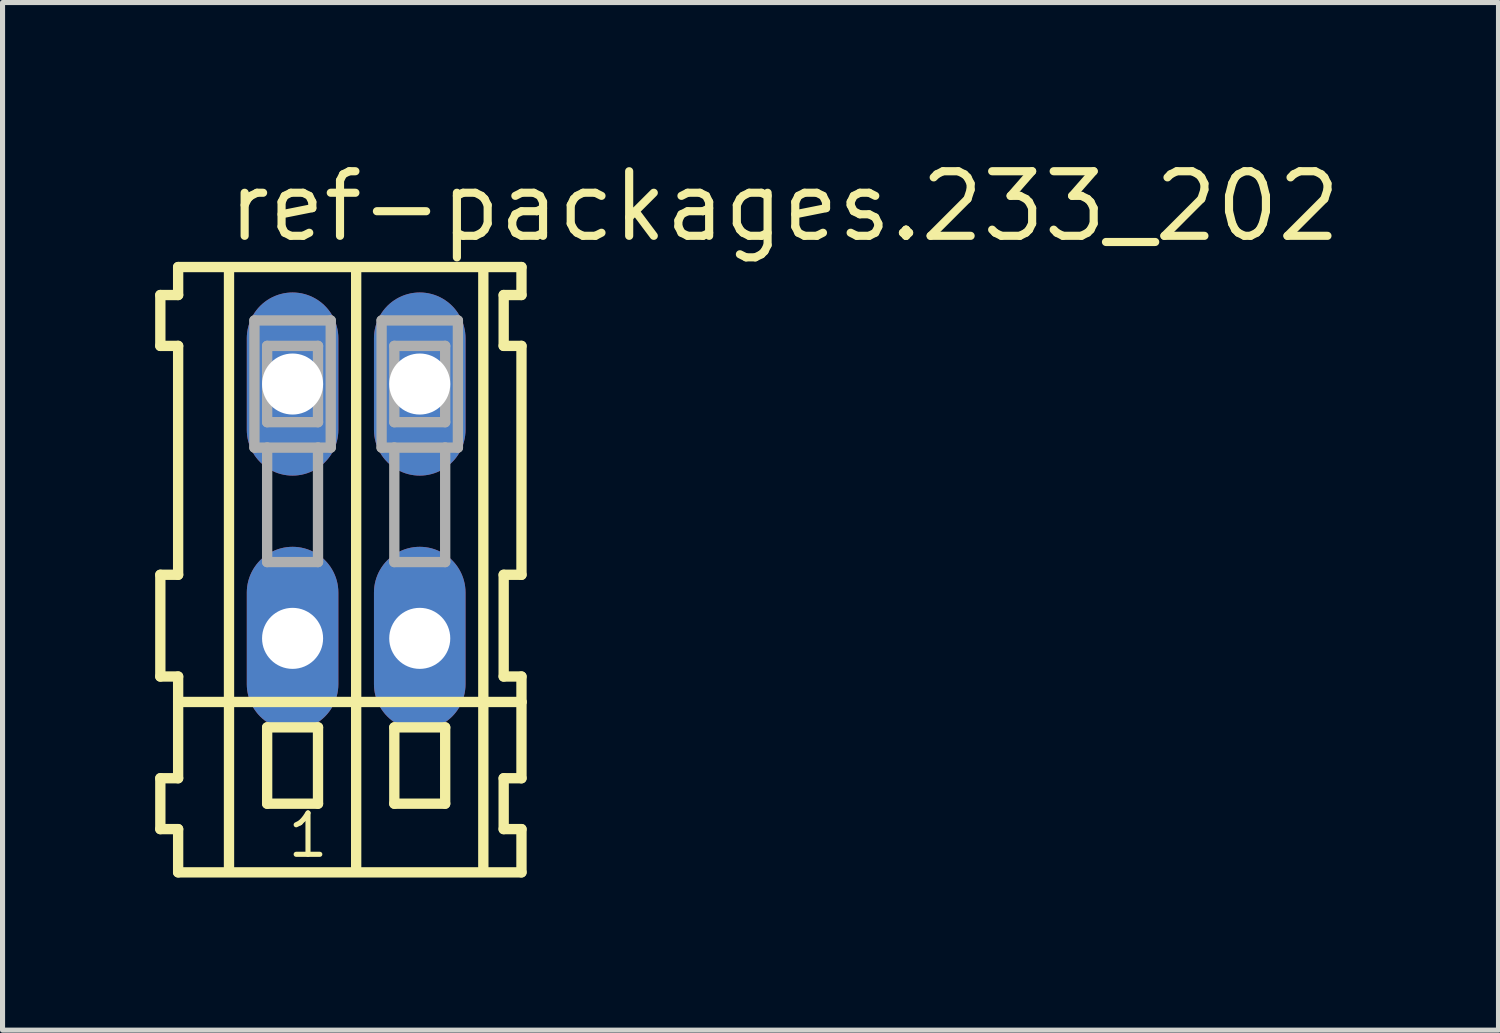
<source format=kicad_pcb>
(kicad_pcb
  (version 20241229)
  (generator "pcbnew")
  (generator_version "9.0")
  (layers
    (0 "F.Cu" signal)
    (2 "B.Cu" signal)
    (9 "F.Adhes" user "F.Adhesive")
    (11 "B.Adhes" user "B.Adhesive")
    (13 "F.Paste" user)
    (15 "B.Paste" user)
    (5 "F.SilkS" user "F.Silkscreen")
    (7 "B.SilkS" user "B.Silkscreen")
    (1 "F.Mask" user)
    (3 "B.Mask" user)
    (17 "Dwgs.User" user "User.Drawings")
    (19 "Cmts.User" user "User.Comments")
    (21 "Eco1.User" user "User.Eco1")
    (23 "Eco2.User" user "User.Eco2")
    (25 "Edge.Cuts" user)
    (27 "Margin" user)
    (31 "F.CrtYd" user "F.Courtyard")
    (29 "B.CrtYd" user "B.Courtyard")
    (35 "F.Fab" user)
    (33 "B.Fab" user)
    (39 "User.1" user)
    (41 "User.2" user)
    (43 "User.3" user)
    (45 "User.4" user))
  (footprint "ref-packages.233_202"
    (layer "F.Cu")
    (at 3.952 7)
    (property "Reference" "ref-packages.233_202" (at -2.6 -5.25 0) (layer "F.SilkS") (effects (font (size 1.27 1.27) (thickness 0.16)) (justify left bottom)))
    (attr through_hole)
    (fp_line (start -3.85 -4.25) (end -3.85 -3.25) (stroke (width 0.203) (type default)) (layer "F.SilkS"))
    (fp_line (start -3.85 -3.25) (end -3.5 -3.25) (stroke (width 0.203) (type default)) (layer "F.SilkS"))
    (fp_line (start -3.85 1.25) (end -3.85 3.25) (stroke (width 0.203) (type default)) (layer "F.SilkS"))
    (fp_line (start -3.85 3.25) (end -3.5 3.25) (stroke (width 0.203) (type default)) (layer "F.SilkS"))
    (fp_line (start -3.85 5.25) (end -3.85 6.25) (stroke (width 0.203) (type default)) (layer "F.SilkS"))
    (fp_line (start -3.85 6.25) (end -3.5 6.25) (stroke (width 0.203) (type default)) (layer "F.SilkS"))
    (fp_line (start -3.5 -4.8) (end -3.5 -4.25) (stroke (width 0.203) (type default)) (layer "F.SilkS"))
    (fp_line (start -3.5 -4.25) (end -3.85 -4.25) (stroke (width 0.203) (type default)) (layer "F.SilkS"))
    (fp_line (start -3.5 -3.25) (end -3.5 1.25) (stroke (width 0.203) (type default)) (layer "F.SilkS"))
    (fp_line (start -3.5 1.25) (end -3.85 1.25) (stroke (width 0.203) (type default)) (layer "F.SilkS"))
    (fp_line (start -3.5 3.25) (end -3.5 5.25) (stroke (width 0.203) (type default)) (layer "F.SilkS"))
    (fp_line (start -3.5 3.75) (end 3.25 3.75) (stroke (width 0.203) (type default)) (layer "F.SilkS"))
    (fp_line (start -3.5 5.25) (end -3.85 5.25) (stroke (width 0.203) (type default)) (layer "F.SilkS"))
    (fp_line (start -3.5 6.25) (end -3.5 7.1) (stroke (width 0.203) (type default)) (layer "F.SilkS"))
    (fp_line (start -3.5 7.1) (end 3.25 7.1) (stroke (width 0.203) (type default)) (layer "F.SilkS"))
    (fp_line (start -2.5 -4.75) (end -2.5 7) (stroke (width 0.203) (type default)) (layer "F.SilkS"))
    (fp_line (start -1.75 4.25) (end -1.75 5.75) (stroke (width 0.203) (type default)) (layer "F.SilkS"))
    (fp_line (start -1.75 5.75) (end -0.75 5.75) (stroke (width 0.203) (type default)) (layer "F.SilkS"))
    (fp_line (start -0.75 4.25) (end -1.75 4.25) (stroke (width 0.203) (type default)) (layer "F.SilkS"))
    (fp_line (start -0.75 5.75) (end -0.75 4.25) (stroke (width 0.203) (type default)) (layer "F.SilkS"))
    (fp_line (start 0 -4.75) (end 0 7) (stroke (width 0.203) (type default)) (layer "F.SilkS"))
    (fp_line (start 0.75 4.25) (end 0.75 5.75) (stroke (width 0.203) (type default)) (layer "F.SilkS"))
    (fp_line (start 0.75 5.75) (end 1.75 5.75) (stroke (width 0.203) (type default)) (layer "F.SilkS"))
    (fp_line (start 1.75 4.25) (end 0.75 4.25) (stroke (width 0.203) (type default)) (layer "F.SilkS"))
    (fp_line (start 1.75 5.75) (end 1.75 4.25) (stroke (width 0.203) (type default)) (layer "F.SilkS"))
    (fp_line (start 2.5 -4.75) (end 2.5 7) (stroke (width 0.203) (type default)) (layer "F.SilkS"))
    (fp_line (start 2.9 -4.25) (end 2.9 -3.25) (stroke (width 0.203) (type default)) (layer "F.SilkS"))
    (fp_line (start 2.9 -3.25) (end 3.25 -3.25) (stroke (width 0.203) (type default)) (layer "F.SilkS"))
    (fp_line (start 2.9 1.25) (end 2.9 3.25) (stroke (width 0.203) (type default)) (layer "F.SilkS"))
    (fp_line (start 2.9 3.25) (end 3.25 3.25) (stroke (width 0.203) (type default)) (layer "F.SilkS"))
    (fp_line (start 2.9 5.25) (end 2.9 6.25) (stroke (width 0.203) (type default)) (layer "F.SilkS"))
    (fp_line (start 2.9 6.25) (end 3.25 6.25) (stroke (width 0.203) (type default)) (layer "F.SilkS"))
    (fp_line (start 3.25 -4.8) (end -3.5 -4.8) (stroke (width 0.203) (type default)) (layer "F.SilkS"))
    (fp_line (start 3.25 -4.25) (end 2.9 -4.25) (stroke (width 0.203) (type default)) (layer "F.SilkS"))
    (fp_line (start 3.25 -4.25) (end 3.25 -4.8) (stroke (width 0.203) (type default)) (layer "F.SilkS"))
    (fp_line (start 3.25 1.25) (end 2.9 1.25) (stroke (width 0.203) (type default)) (layer "F.SilkS"))
    (fp_line (start 3.25 1.25) (end 3.25 -3.25) (stroke (width 0.203) (type default)) (layer "F.SilkS"))
    (fp_line (start 3.25 3.75) (end 3.25 3.25) (stroke (width 0.203) (type default)) (layer "F.SilkS"))
    (fp_line (start 3.25 5.25) (end 2.9 5.25) (stroke (width 0.203) (type default)) (layer "F.SilkS"))
    (fp_line (start 3.25 5.25) (end 3.25 3.75) (stroke (width 0.203) (type default)) (layer "F.SilkS"))
    (fp_line (start 3.25 7.1) (end 3.25 6.25) (stroke (width 0.203) (type default)) (layer "F.SilkS"))
    (fp_line (start -2 -3.75) (end -2 -1.25) (stroke (width 0.203) (type default)) (layer "F.Fab"))
    (fp_line (start -2 -1.25) (end -1.75 -1.25) (stroke (width 0.203) (type default)) (layer "F.Fab"))
    (fp_line (start -1.75 -3.25) (end -1.75 -1.75) (stroke (width 0.203) (type default)) (layer "F.Fab"))
    (fp_line (start -1.75 -1.75) (end -0.75 -1.75) (stroke (width 0.203) (type default)) (layer "F.Fab"))
    (fp_line (start -1.75 -1.25) (end -1.75 1) (stroke (width 0.203) (type default)) (layer "F.Fab"))
    (fp_line (start -1.75 -1.25) (end -0.75 -1.25) (stroke (width 0.203) (type default)) (layer "F.Fab"))
    (fp_line (start -1.75 1) (end -0.75 1) (stroke (width 0.203) (type default)) (layer "F.Fab"))
    (fp_line (start -0.75 -3.25) (end -1.75 -3.25) (stroke (width 0.203) (type default)) (layer "F.Fab"))
    (fp_line (start -0.75 -1.75) (end -0.75 -3.25) (stroke (width 0.203) (type default)) (layer "F.Fab"))
    (fp_line (start -0.75 -1.25) (end -0.5 -1.25) (stroke (width 0.203) (type default)) (layer "F.Fab"))
    (fp_line (start -0.75 1) (end -0.75 -1.25) (stroke (width 0.203) (type default)) (layer "F.Fab"))
    (fp_line (start -0.5 -3.75) (end -2 -3.75) (stroke (width 0.203) (type default)) (layer "F.Fab"))
    (fp_line (start -0.5 -1.25) (end -0.5 -3.75) (stroke (width 0.203) (type default)) (layer "F.Fab"))
    (fp_line (start 0.5 -3.75) (end 0.5 -1.25) (stroke (width 0.203) (type default)) (layer "F.Fab"))
    (fp_line (start 0.5 -1.25) (end 0.75 -1.25) (stroke (width 0.203) (type default)) (layer "F.Fab"))
    (fp_line (start 0.75 -3.25) (end 0.75 -1.75) (stroke (width 0.203) (type default)) (layer "F.Fab"))
    (fp_line (start 0.75 -1.75) (end 1.75 -1.75) (stroke (width 0.203) (type default)) (layer "F.Fab"))
    (fp_line (start 0.75 -1.25) (end 0.75 1) (stroke (width 0.203) (type default)) (layer "F.Fab"))
    (fp_line (start 0.75 -1.25) (end 1.75 -1.25) (stroke (width 0.203) (type default)) (layer "F.Fab"))
    (fp_line (start 0.75 1) (end 1.75 1) (stroke (width 0.203) (type default)) (layer "F.Fab"))
    (fp_line (start 1.75 -3.25) (end 0.75 -3.25) (stroke (width 0.203) (type default)) (layer "F.Fab"))
    (fp_line (start 1.75 -1.75) (end 1.75 -3.25) (stroke (width 0.203) (type default)) (layer "F.Fab"))
    (fp_line (start 1.75 -1.25) (end 2 -1.25) (stroke (width 0.203) (type default)) (layer "F.Fab"))
    (fp_line (start 1.75 1) (end 1.75 -1.25) (stroke (width 0.203) (type default)) (layer "F.Fab"))
    (fp_line (start 2 -3.75) (end 0.5 -3.75) (stroke (width 0.203) (type default)) (layer "F.Fab"))
    (fp_line (start 2 -1.25) (end 2 -3.75) (stroke (width 0.203) (type default)) (layer "F.Fab"))
    (fp_text user "1" (at -1.4 6.85 0) (layer "F.SilkS") (effects (font (size 0.813 0.813) (thickness 0.1)) (justify left bottom)))
    (pad "A1" thru_hole oval (at -1.25 -2.5 90) (size 3.6 1.8) (drill 1.2) (layers "*.Cu" "*.Mask"))
    (pad "A2" thru_hole oval (at 1.25 -2.5 90) (size 3.6 1.8) (drill 1.2) (layers "*.Cu" "*.Mask"))
    (pad "B1" thru_hole oval (at -1.25 2.5 90) (size 3.6 1.8) (drill 1.2) (layers "*.Cu" "*.Mask"))
    (pad "B2" thru_hole oval (at 1.25 2.5 90) (size 3.6 1.8) (drill 1.2) (layers "*.Cu" "*.Mask")))
  (gr_rect
    (start -3 -3)
    (end 26.41 17.202)
    (stroke (width 0.1) (type default))
    (fill no)
    (layer "Edge.Cuts")))
</source>
